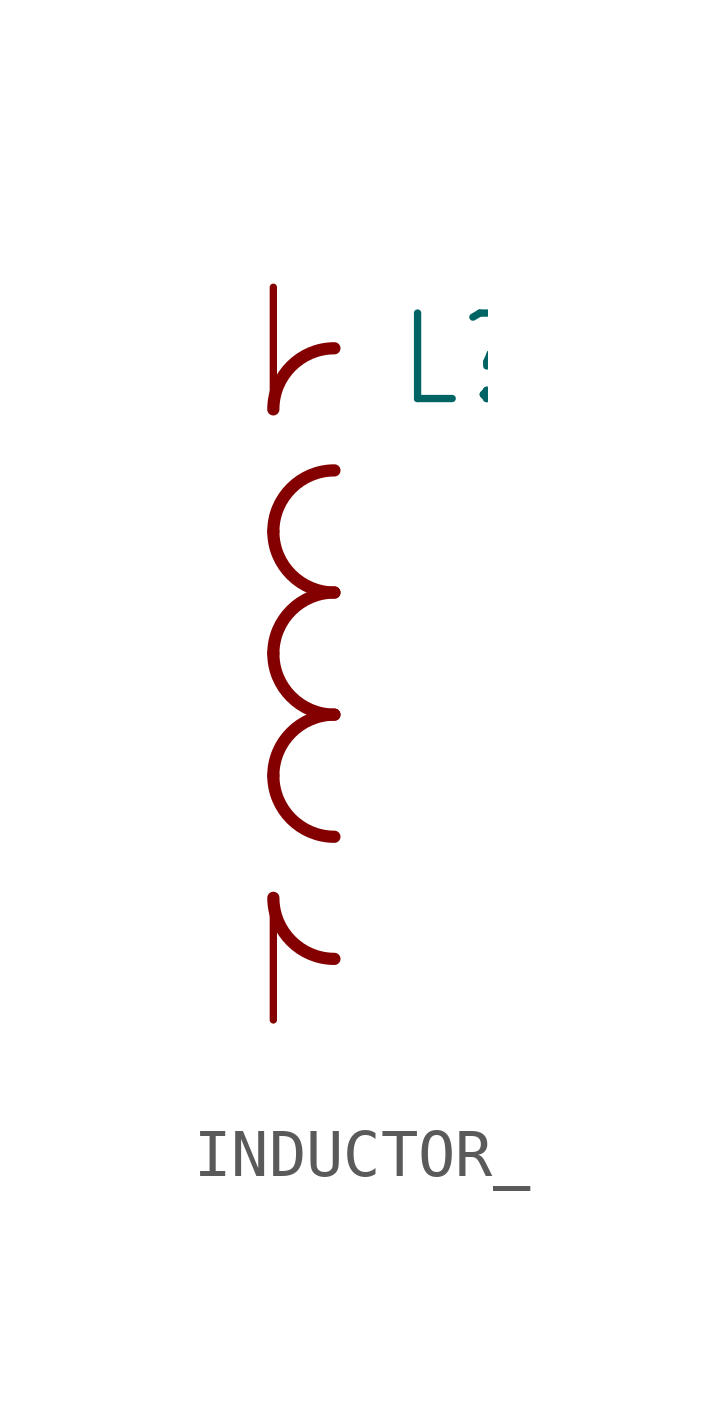
<source format=kicad_sym>
(kicad_symbol_lib
  (version 20241209)
  (generator "kicad_symbol_editor")
  (generator_version "9.0")
  (symbol "INDUCTOR_"
    (property "Reference" "L"
      (at 2.54 5.08 0)
      (effects (font (size 1.778 1.511)) (justify left bottom)))
    (property "Value" ""
      (at 2.54 -5.08 0)
      (effects (font (size 1.778 1.511)) (justify left bottom)))
    (property "ki_locked" ""
      (at 0 0 0)
      (effects (font (size 1.27 1.27))))
    (symbol "INDUCTOR__1_0"
      (arc (start 0 5.08) (mid 0.372 5.978) (end 1.27 6.35) (stroke (width 0.254) (type solid)) (fill (type none)))
      (arc (start 0 2.54) (mid 0.372 3.438) (end 1.27 3.81) (stroke (width 0.254) (type solid)) (fill (type none)))
      (arc (start 1.27 1.27) (mid 0.372 1.642) (end 0 2.54) (stroke (width 0.254) (type solid)) (fill (type none)))
      (arc (start 0 0) (mid 0.372 0.898) (end 1.27 1.27) (stroke (width 0.254) (type solid)) (fill (type none)))
      (arc (start 1.27 -1.27) (mid 0.372 -0.898) (end 0 0) (stroke (width 0.254) (type solid)) (fill (type none)))
      (arc (start 0 -2.54) (mid 0.372 -1.642) (end 1.27 -1.27) (stroke (width 0.254) (type solid)) (fill (type none)))
      (arc (start 1.27 -3.81) (mid 0.372 -3.438) (end 0 -2.54) (stroke (width 0.254) (type solid)) (fill (type none)))
      (arc (start 1.27 -6.35) (mid 0.372 -5.978) (end 0 -5.08) (stroke (width 0.254) (type solid)) (fill (type none)))
      (pin passive line (at 0 7.62 270) (length 2.54) (name "1" (effects (font (size 0 0)))) (number "1" (effects (font (size 0 0)))))
      (pin passive line (at 0 -7.62 90) (length 2.54) (name "2" (effects (font (size 0 0)))) (number "2" (effects (font (size 0 0))))))))
</source>
